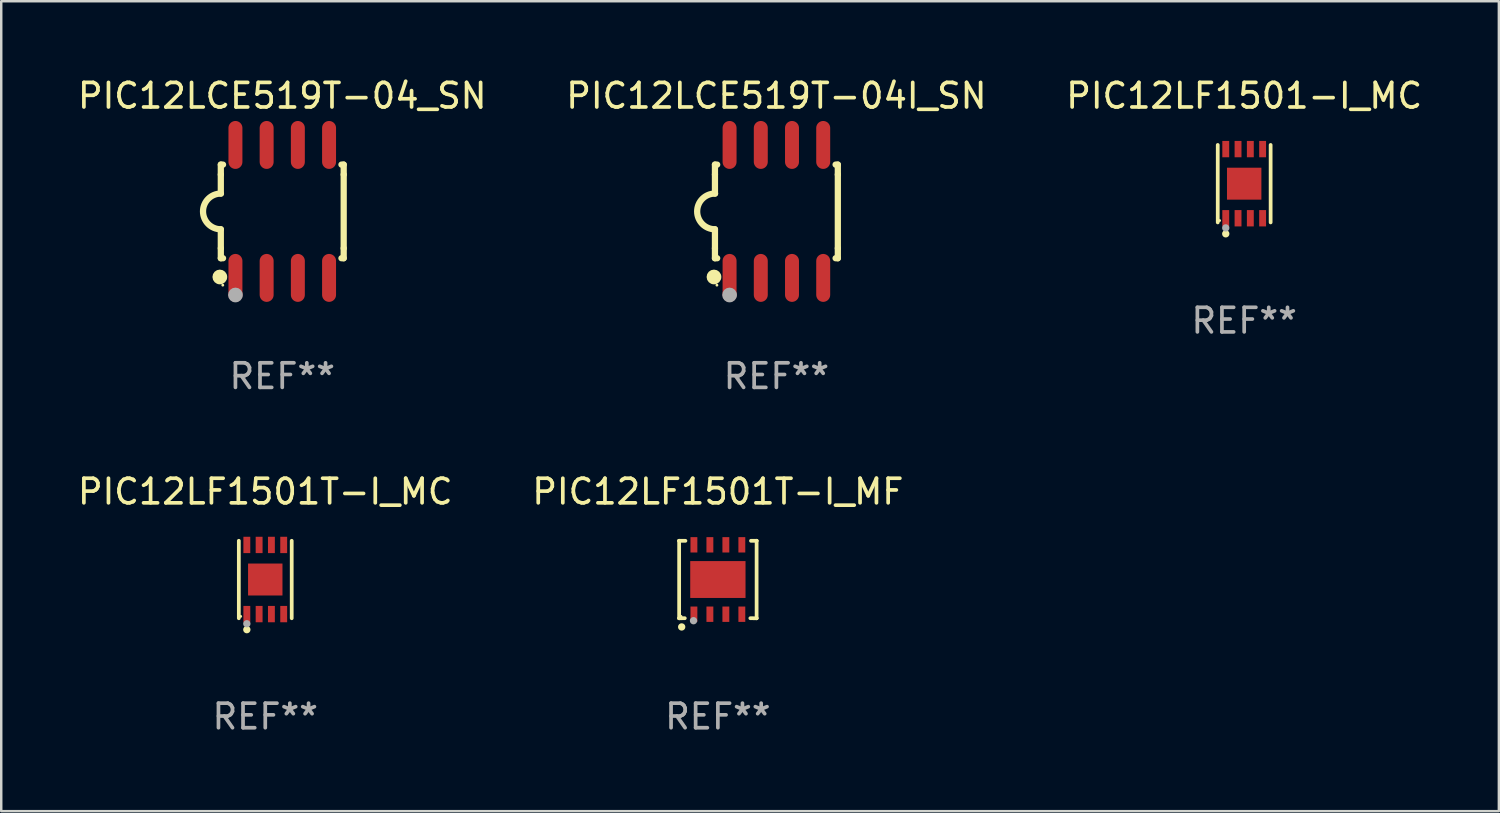
<source format=kicad_pcb>
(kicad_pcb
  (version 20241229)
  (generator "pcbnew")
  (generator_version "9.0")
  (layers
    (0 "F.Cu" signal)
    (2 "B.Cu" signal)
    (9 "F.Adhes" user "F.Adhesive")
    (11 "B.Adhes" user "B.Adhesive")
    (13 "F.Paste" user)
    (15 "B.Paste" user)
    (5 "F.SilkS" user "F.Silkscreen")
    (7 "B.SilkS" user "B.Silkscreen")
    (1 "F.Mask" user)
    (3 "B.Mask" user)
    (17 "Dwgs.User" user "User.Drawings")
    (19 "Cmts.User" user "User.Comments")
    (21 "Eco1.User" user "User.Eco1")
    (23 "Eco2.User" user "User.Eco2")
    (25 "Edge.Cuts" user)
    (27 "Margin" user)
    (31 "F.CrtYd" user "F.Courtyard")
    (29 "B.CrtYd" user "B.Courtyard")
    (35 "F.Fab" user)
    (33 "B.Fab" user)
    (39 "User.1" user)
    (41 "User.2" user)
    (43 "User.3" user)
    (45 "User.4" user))
  (footprint "PIC12LF1501-I_MC"
    (layer "F.Cu")
    (at 47.577 4.424)
    (property "Reference" "PIC12LF1501-I_MC" (at 0 -3.576 0) (layer "F.SilkS") (effects (font (size 1 1) (thickness 0.15))))
    (attr through_hole)
    (fp_line (start -1.076 1.576) (end -1.076 -1.576) (stroke (width 0.152) (type solid)) (layer "F.SilkS"))
    (fp_line (start 1.076 1.576) (end 1.076 -1.576) (stroke (width 0.152) (type solid)) (layer "F.SilkS"))
    (fp_circle (center -1 1.5) (end -0.97 1.5) (stroke (width 0.06) (type solid)) (fill no) (layer "F.SilkS"))
    (fp_circle (center -0.75 2.04) (end -0.675 2.04) (stroke (width 0.15) (type solid)) (fill no) (layer "F.SilkS"))
    (fp_circle (center -0.75 1.8) (end -0.675 1.8) (stroke (width 0.15) (type solid)) (fill no) (layer "F.Fab"))
    (fp_text user "REF**" (at 0 5.576 0) (layer "F.Fab") (effects (font (size 1 1) (thickness 0.15))))
    (pad "1" smd rect (at -0.75 1.407) (size 0.28 0.665) (layers "F.Cu" "F.Mask" "F.Paste"))
    (pad "2" smd rect (at -0.25 1.407) (size 0.28 0.665) (layers "F.Cu" "F.Mask" "F.Paste"))
    (pad "3" smd rect (at 0.25 1.407) (size 0.28 0.665) (layers "F.Cu" "F.Mask" "F.Paste"))
    (pad "4" smd rect (at 0.75 1.407) (size 0.28 0.665) (layers "F.Cu" "F.Mask" "F.Paste"))
    (pad "5" smd rect (at 0.75 -1.407) (size 0.28 0.665) (layers "F.Cu" "F.Mask" "F.Paste"))
    (pad "6" smd rect (at 0.25 -1.407) (size 0.28 0.665) (layers "F.Cu" "F.Mask" "F.Paste"))
    (pad "7" smd rect (at -0.25 -1.407) (size 0.28 0.665) (layers "F.Cu" "F.Mask" "F.Paste"))
    (pad "8" smd rect (at -0.75 -1.407) (size 0.28 0.665) (layers "F.Cu" "F.Mask" "F.Paste"))
    (pad "9" smd rect (at 0 0) (size 1.4 1.3) (layers "F.Cu" "F.Mask" "F.Paste")))
  (footprint "PIC12LF1501T-I_MC"
    (layer "F.Cu")
    (at 7.744 20.531)
    (property "Reference" "PIC12LF1501T-I_MC" (at 0 -3.576 0) (layer "F.SilkS") (effects (font (size 1 1) (thickness 0.15))))
    (attr through_hole)
    (fp_line (start -1.076 1.576) (end -1.076 -1.576) (stroke (width 0.152) (type solid)) (layer "F.SilkS"))
    (fp_line (start 1.076 1.576) (end 1.076 -1.576) (stroke (width 0.152) (type solid)) (layer "F.SilkS"))
    (fp_circle (center -1 1.5) (end -0.97 1.5) (stroke (width 0.06) (type solid)) (fill no) (layer "F.SilkS"))
    (fp_circle (center -0.75 2.04) (end -0.675 2.04) (stroke (width 0.15) (type solid)) (fill no) (layer "F.SilkS"))
    (fp_circle (center -0.75 1.8) (end -0.675 1.8) (stroke (width 0.15) (type solid)) (fill no) (layer "F.Fab"))
    (fp_text user "REF**" (at 0 5.576 0) (layer "F.Fab") (effects (font (size 1 1) (thickness 0.15))))
    (pad "1" smd rect (at -0.75 1.407) (size 0.28 0.665) (layers "F.Cu" "F.Mask" "F.Paste"))
    (pad "2" smd rect (at -0.25 1.407) (size 0.28 0.665) (layers "F.Cu" "F.Mask" "F.Paste"))
    (pad "3" smd rect (at 0.25 1.407) (size 0.28 0.665) (layers "F.Cu" "F.Mask" "F.Paste"))
    (pad "4" smd rect (at 0.75 1.407) (size 0.28 0.665) (layers "F.Cu" "F.Mask" "F.Paste"))
    (pad "5" smd rect (at 0.75 -1.407) (size 0.28 0.665) (layers "F.Cu" "F.Mask" "F.Paste"))
    (pad "6" smd rect (at 0.25 -1.407) (size 0.28 0.665) (layers "F.Cu" "F.Mask" "F.Paste"))
    (pad "7" smd rect (at -0.25 -1.407) (size 0.28 0.665) (layers "F.Cu" "F.Mask" "F.Paste"))
    (pad "8" smd rect (at -0.75 -1.407) (size 0.28 0.665) (layers "F.Cu" "F.Mask" "F.Paste"))
    (pad "9" smd rect (at 0 0) (size 1.4 1.3) (layers "F.Cu" "F.Mask" "F.Paste")))
  (footprint "PIC12LCE519T-04I_SN"
    (layer "F.Cu")
    (at 28.542 5.553)
    (property "Reference" "PIC12LCE519T-04I_SN" (at 0 -4.705 0) (layer "F.SilkS") (effects (font (size 1 1) (thickness 0.15))))
    (attr through_hole)
    (fp_line (start -2.5 -1.905) (end -2.409 -1.905) (stroke (width 0.254) (type solid)) (layer "F.SilkS"))
    (fp_line (start -2.5 -1.5) (end -2.5 -1.905) (stroke (width 0.254) (type solid)) (layer "F.SilkS"))
    (fp_line (start -2.5 -1.5) (end -2.5 -0.726) (stroke (width 0.254) (type solid)) (layer "F.SilkS"))
    (fp_line (start -2.5 1.5) (end -2.5 0.727) (stroke (width 0.254) (type solid)) (layer "F.SilkS"))
    (fp_line (start -2.5 1.5) (end -2.5 1.905) (stroke (width 0.254) (type solid)) (layer "F.SilkS"))
    (fp_line (start -2.5 1.905) (end -2.409 1.905) (stroke (width 0.254) (type solid)) (layer "F.SilkS"))
    (fp_line (start 2.5 -1.905) (end 2.409 -1.905) (stroke (width 0.254) (type solid)) (layer "F.SilkS"))
    (fp_line (start 2.5 -1.5) (end 2.5 -1.905) (stroke (width 0.254) (type solid)) (layer "F.SilkS"))
    (fp_line (start 2.5 -1.5) (end 2.5 1.5) (stroke (width 0.254) (type solid)) (layer "F.SilkS"))
    (fp_line (start 2.5 1.5) (end 2.5 1.905) (stroke (width 0.254) (type solid)) (layer "F.SilkS"))
    (fp_line (start 2.5 1.905) (end 2.409 1.905) (stroke (width 0.254) (type solid)) (layer "F.SilkS"))
    (fp_arc (start -2.5 0.726568) (mid -3.220316 -0.0023) (end -2.495097 -0.726289) (stroke (width 0.254001) (type solid)) (layer "F.SilkS"))
    (fp_circle (center -2.54 2.667) (end -2.39 2.667) (stroke (width 0.3) (type solid)) (fill no) (layer "F.SilkS"))
    (fp_circle (center -2.42 3) (end -2.39 3) (stroke (width 0.06) (type solid)) (fill no) (layer "F.SilkS"))
    (fp_circle (center -1.905 3.4) (end -1.755 3.4) (stroke (width 0.3) (type solid)) (fill no) (layer "F.Fab"))
    (fp_text user "REF**" (at 0 6.705 0) (layer "F.Fab") (effects (font (size 1 1) (thickness 0.15))))
    (pad "1" smd oval (at -1.905 2.705) (size 0.568 1.95) (layers "F.Cu" "F.Mask" "F.Paste"))
    (pad "2" smd oval (at -0.635 2.705) (size 0.568 1.95) (layers "F.Cu" "F.Mask" "F.Paste"))
    (pad "3" smd oval (at 0.635 2.705) (size 0.568 1.95) (layers "F.Cu" "F.Mask" "F.Paste"))
    (pad "4" smd oval (at 1.905 2.705) (size 0.568 1.95) (layers "F.Cu" "F.Mask" "F.Paste"))
    (pad "5" smd oval (at 1.905 -2.705) (size 0.568 1.95) (layers "F.Cu" "F.Mask" "F.Paste"))
    (pad "6" smd oval (at 0.635 -2.705) (size 0.568 1.95) (layers "F.Cu" "F.Mask" "F.Paste"))
    (pad "7" smd oval (at -0.635 -2.705) (size 0.568 1.95) (layers "F.Cu" "F.Mask" "F.Paste"))
    (pad "8" smd oval (at -1.905 -2.705) (size 0.568 1.95) (layers "F.Cu" "F.Mask" "F.Paste")))
  (footprint "PIC12LF1501T-I_MF"
    (layer "F.Cu")
    (at 26.161 20.531)
    (property "Reference" "PIC12LF1501T-I_MF" (at 0 -3.576 0) (layer "F.SilkS") (effects (font (size 1 1) (thickness 0.15))))
    (attr through_hole)
    (fp_line (start -1.576 -1.576) (end -1.576 -1.576) (stroke (width 0.152) (type solid)) (layer "F.SilkS"))
    (fp_line (start -1.576 -1.576) (end -1.576 1.576) (stroke (width 0.152) (type solid)) (layer "F.SilkS"))
    (fp_line (start -1.576 1.576) (end -1.576 1.576) (stroke (width 0.152) (type solid)) (layer "F.SilkS"))
    (fp_line (start -1.576 1.576) (end -1.346 1.575) (stroke (width 0.152) (type solid)) (layer "F.SilkS"))
    (fp_line (start -1.321 -1.575) (end -1.576 -1.576) (stroke (width 0.152) (type solid)) (layer "F.SilkS"))
    (fp_line (start 1.321 1.575) (end 1.576 1.576) (stroke (width 0.152) (type solid)) (layer "F.SilkS"))
    (fp_line (start 1.576 -1.576) (end 1.346 -1.575) (stroke (width 0.152) (type solid)) (layer "F.SilkS"))
    (fp_line (start 1.576 -1.576) (end 1.576 -1.576) (stroke (width 0.152) (type solid)) (layer "F.SilkS"))
    (fp_line (start 1.576 1.576) (end 1.576 -1.576) (stroke (width 0.152) (type solid)) (layer "F.SilkS"))
    (fp_line (start 1.576 1.576) (end 1.576 1.576) (stroke (width 0.152) (type solid)) (layer "F.SilkS"))
    (fp_circle (center -1.5 1.5) (end -1.47 1.5) (stroke (width 0.06) (type solid)) (fill no) (layer "F.SilkS"))
    (fp_circle (center -1.473 1.93) (end -1.398 1.93) (stroke (width 0.15) (type solid)) (fill no) (layer "F.SilkS"))
    (fp_circle (center -0.991 1.676) (end -0.916 1.676) (stroke (width 0.15) (type solid)) (fill no) (layer "F.Fab"))
    (fp_text user "REF**" (at 0 5.576 0) (layer "F.Fab") (effects (font (size 1 1) (thickness 0.15))))
    (pad "1" smd rect (at -0.975 1.412) (size 0.28 0.625) (layers "F.Cu" "F.Mask" "F.Paste"))
    (pad "2" smd rect (at -0.325 1.412) (size 0.28 0.625) (layers "F.Cu" "F.Mask" "F.Paste"))
    (pad "3" smd rect (at 0.325 1.412) (size 0.28 0.625) (layers "F.Cu" "F.Mask" "F.Paste"))
    (pad "4" smd rect (at 0.975 1.412) (size 0.28 0.625) (layers "F.Cu" "F.Mask" "F.Paste"))
    (pad "5" smd rect (at 0.975 -1.412) (size 0.28 0.625) (layers "F.Cu" "F.Mask" "F.Paste"))
    (pad "6" smd rect (at 0.325 -1.412) (size 0.28 0.625) (layers "F.Cu" "F.Mask" "F.Paste"))
    (pad "7" smd rect (at -0.325 -1.412) (size 0.28 0.625) (layers "F.Cu" "F.Mask" "F.Paste"))
    (pad "8" smd rect (at -0.975 -1.412) (size 0.28 0.625) (layers "F.Cu" "F.Mask" "F.Paste"))
    (pad "9" smd rect (at 0 0) (size 2.25 1.5) (layers "F.Cu" "F.Mask" "F.Paste")))
  (footprint "PIC12LCE519T-04_SN"
    (layer "F.Cu")
    (at 8.435 5.553)
    (property "Reference" "PIC12LCE519T-04_SN" (at 0 -4.705 0) (layer "F.SilkS") (effects (font (size 1 1) (thickness 0.15))))
    (attr through_hole)
    (fp_line (start -2.5 -1.905) (end -2.409 -1.905) (stroke (width 0.254) (type solid)) (layer "F.SilkS"))
    (fp_line (start -2.5 -1.5) (end -2.5 -1.905) (stroke (width 0.254) (type solid)) (layer "F.SilkS"))
    (fp_line (start -2.5 -1.5) (end -2.5 -0.726) (stroke (width 0.254) (type solid)) (layer "F.SilkS"))
    (fp_line (start -2.5 1.5) (end -2.5 0.727) (stroke (width 0.254) (type solid)) (layer "F.SilkS"))
    (fp_line (start -2.5 1.5) (end -2.5 1.905) (stroke (width 0.254) (type solid)) (layer "F.SilkS"))
    (fp_line (start -2.5 1.905) (end -2.409 1.905) (stroke (width 0.254) (type solid)) (layer "F.SilkS"))
    (fp_line (start 2.5 -1.905) (end 2.409 -1.905) (stroke (width 0.254) (type solid)) (layer "F.SilkS"))
    (fp_line (start 2.5 -1.5) (end 2.5 -1.905) (stroke (width 0.254) (type solid)) (layer "F.SilkS"))
    (fp_line (start 2.5 -1.5) (end 2.5 1.5) (stroke (width 0.254) (type solid)) (layer "F.SilkS"))
    (fp_line (start 2.5 1.5) (end 2.5 1.905) (stroke (width 0.254) (type solid)) (layer "F.SilkS"))
    (fp_line (start 2.5 1.905) (end 2.409 1.905) (stroke (width 0.254) (type solid)) (layer "F.SilkS"))
    (fp_arc (start -2.5 0.726568) (mid -3.220316 -0.0023) (end -2.495097 -0.726289) (stroke (width 0.254001) (type solid)) (layer "F.SilkS"))
    (fp_circle (center -2.54 2.667) (end -2.39 2.667) (stroke (width 0.3) (type solid)) (fill no) (layer "F.SilkS"))
    (fp_circle (center -2.42 3) (end -2.39 3) (stroke (width 0.06) (type solid)) (fill no) (layer "F.SilkS"))
    (fp_circle (center -1.905 3.4) (end -1.755 3.4) (stroke (width 0.3) (type solid)) (fill no) (layer "F.Fab"))
    (fp_text user "REF**" (at 0 6.705 0) (layer "F.Fab") (effects (font (size 1 1) (thickness 0.15))))
    (pad "1" smd oval (at -1.905 2.705) (size 0.568 1.95) (layers "F.Cu" "F.Mask" "F.Paste"))
    (pad "2" smd oval (at -0.635 2.705) (size 0.568 1.95) (layers "F.Cu" "F.Mask" "F.Paste"))
    (pad "3" smd oval (at 0.635 2.705) (size 0.568 1.95) (layers "F.Cu" "F.Mask" "F.Paste"))
    (pad "4" smd oval (at 1.905 2.705) (size 0.568 1.95) (layers "F.Cu" "F.Mask" "F.Paste"))
    (pad "5" smd oval (at 1.905 -2.705) (size 0.568 1.95) (layers "F.Cu" "F.Mask" "F.Paste"))
    (pad "6" smd oval (at 0.635 -2.705) (size 0.568 1.95) (layers "F.Cu" "F.Mask" "F.Paste"))
    (pad "7" smd oval (at -0.635 -2.705) (size 0.568 1.95) (layers "F.Cu" "F.Mask" "F.Paste"))
    (pad "8" smd oval (at -1.905 -2.705) (size 0.568 1.95) (layers "F.Cu" "F.Mask" "F.Paste")))
  (gr_rect
    (start -3 -3)
    (end 57.94 29.956)
    (stroke (width 0.1) (type default))
    (fill no)
    (layer "Edge.Cuts")))
</source>
